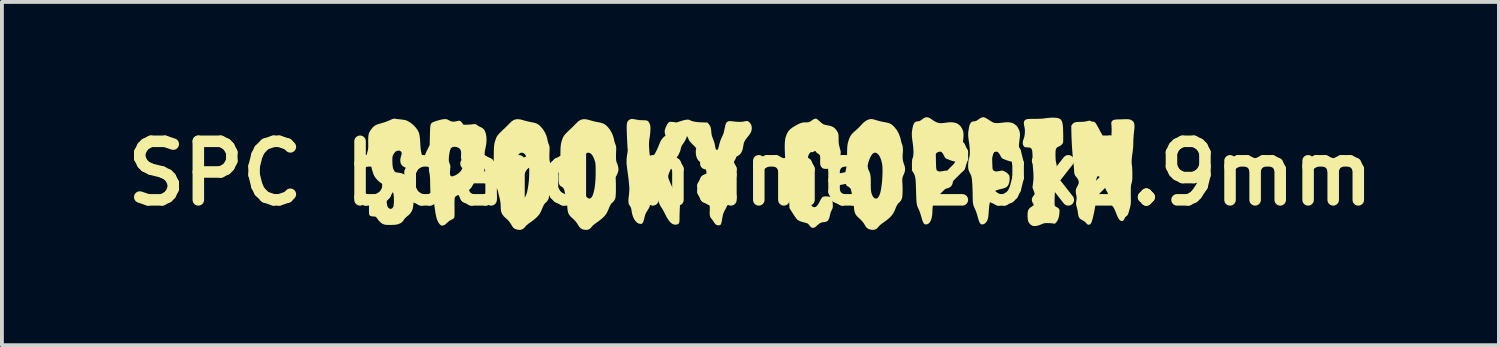
<source format=kicad_pcb>
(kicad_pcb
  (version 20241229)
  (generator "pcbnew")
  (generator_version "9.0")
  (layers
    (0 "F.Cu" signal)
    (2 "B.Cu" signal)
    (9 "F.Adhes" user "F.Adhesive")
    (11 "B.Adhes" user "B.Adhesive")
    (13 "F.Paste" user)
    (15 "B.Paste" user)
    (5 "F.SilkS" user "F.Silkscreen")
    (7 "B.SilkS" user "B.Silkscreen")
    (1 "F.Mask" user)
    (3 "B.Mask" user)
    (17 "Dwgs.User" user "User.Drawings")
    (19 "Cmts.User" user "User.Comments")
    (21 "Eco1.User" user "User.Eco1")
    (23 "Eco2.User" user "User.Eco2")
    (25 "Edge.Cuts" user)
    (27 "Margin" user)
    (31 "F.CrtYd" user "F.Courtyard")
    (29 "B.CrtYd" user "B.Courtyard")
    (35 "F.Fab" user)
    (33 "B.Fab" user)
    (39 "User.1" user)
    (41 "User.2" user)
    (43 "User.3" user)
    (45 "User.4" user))
  (footprint "SPC board name 20x2.9mm"
    (layer "F.Cu")
    (at 16.481 1.462)
    (property "Reference" "SPC board name 20x2.9mm" (at 0 0 0) (layer "F.SilkS") (effects (font (size 1.524 1.524) (thickness 0.3))))
    (attr board_only exclude_from_pos_files exclude_from_bom)
    (fp_poly (pts (xy 7.966 -1.445) (xy 8.02 -1.434) (xy 8.058 -1.416) (xy 8.061 -1.414) (xy 8.08 -1.397) (xy 8.096 -1.376) (xy 8.109 -1.35) (xy 8.119 -1.317) (xy 8.127 -1.275) (xy 8.133 -1.222) (xy 8.137 -1.155) (xy 8.139 -1.074) (xy 8.141 -1.001) (xy 8.141 -0.935) (xy 8.141 -0.885) (xy 8.14 -0.848) (xy 8.139 -0.821) (xy 8.135 -0.802) (xy 8.131 -0.789) (xy 8.128 -0.783) (xy 8.098 -0.743) (xy 8.057 -0.713) (xy 8.024 -0.698) (xy 7.992 -0.683) (xy 7.971 -0.664) (xy 7.959 -0.644) (xy 7.951 -0.627) (xy 7.946 -0.608) (xy 7.942 -0.585) (xy 7.941 -0.552) (xy 7.94 -0.506) (xy 7.94 -0.477) (xy 7.941 -0.416) (xy 7.943 -0.366) (xy 7.948 -0.322) (xy 7.957 -0.279) (xy 7.962 -0.255) (xy 7.981 -0.144) (xy 7.982 -0.04) (xy 7.967 0.051) (xy 7.959 0.088) (xy 7.952 0.128) (xy 7.946 0.174) (xy 7.94 0.229) (xy 7.935 0.294) (xy 7.93 0.373) (xy 7.926 0.45) (xy 7.921 0.551) (xy 7.918 0.635) (xy 7.916 0.703) (xy 7.916 0.757) (xy 7.917 0.797) (xy 7.919 0.825) (xy 7.923 0.843) (xy 7.926 0.849) (xy 7.941 0.861) (xy 7.967 0.877) (xy 7.984 0.886) (xy 8.013 0.904) (xy 8.032 0.924) (xy 8.042 0.95) (xy 8.045 0.987) (xy 8.042 1.034) (xy 8.032 1.113) (xy 8.013 1.183) (xy 7.986 1.239) (xy 7.961 1.273) (xy 7.926 1.31) (xy 7.859 1.302) (xy 7.814 1.297) (xy 7.762 1.295) (xy 7.717 1.294) (xy 7.679 1.295) (xy 7.648 1.299) (xy 7.617 1.308) (xy 7.581 1.323) (xy 7.564 1.33) (xy 7.501 1.354) (xy 7.44 1.368) (xy 7.386 1.372) (xy 7.342 1.364) (xy 7.328 1.358) (xy 7.285 1.329) (xy 7.253 1.294) (xy 7.231 1.249) (xy 7.218 1.193) (xy 7.213 1.123) (xy 7.213 1.099) (xy 7.215 1.036) (xy 7.221 0.987) (xy 7.235 0.948) (xy 7.256 0.917) (xy 7.288 0.888) (xy 7.32 0.866) (xy 7.367 0.836) (xy 7.387 0.705) (xy 7.396 0.648) (xy 7.401 0.604) (xy 7.402 0.569) (xy 7.399 0.538) (xy 7.391 0.506) (xy 7.378 0.467) (xy 7.368 0.441) (xy 7.341 0.368) (xy 7.356 0.247) (xy 7.363 0.185) (xy 7.367 0.126) (xy 7.367 0.064) (xy 7.365 -0.005) (xy 7.359 -0.085) (xy 7.352 -0.162) (xy 7.349 -0.201) (xy 7.346 -0.253) (xy 7.344 -0.312) (xy 7.343 -0.374) (xy 7.343 -0.403) (xy 7.342 -0.474) (xy 7.339 -0.53) (xy 7.335 -0.572) (xy 7.329 -0.604) (xy 7.32 -0.628) (xy 7.308 -0.648) (xy 7.305 -0.65) (xy 7.294 -0.661) (xy 7.279 -0.668) (xy 7.255 -0.673) (xy 7.218 -0.675) (xy 7.214 -0.675) (xy 7.175 -0.678) (xy 7.149 -0.682) (xy 7.132 -0.689) (xy 7.119 -0.7) (xy 7.095 -0.739) (xy 7.087 -0.787) (xy 7.094 -0.846) (xy 7.115 -0.908) (xy 7.131 -0.964) (xy 7.141 -1.03) (xy 7.144 -1.1) (xy 7.14 -1.165) (xy 7.133 -1.199) (xy 7.12 -1.264) (xy 7.116 -1.314) (xy 7.123 -1.352) (xy 7.139 -1.38) (xy 7.167 -1.399) (xy 7.169 -1.4) (xy 7.185 -1.407) (xy 7.203 -1.411) (xy 7.226 -1.414) (xy 7.258 -1.416) (xy 7.301 -1.418) (xy 7.358 -1.418) (xy 7.388 -1.418) (xy 7.449 -1.419) (xy 7.507 -1.42) (xy 7.558 -1.422) (xy 7.599 -1.425) (xy 7.625 -1.427) (xy 7.726 -1.441) (xy 7.818 -1.449) (xy 7.898 -1.45)) (stroke (width 0) (type solid)) (fill yes) (layer "F.SilkS"))
    (fp_poly (pts (xy 4.632 -1.454) (xy 4.676 -1.433) (xy 4.729 -1.398) (xy 4.733 -1.395) (xy 4.788 -1.358) (xy 4.838 -1.332) (xy 4.886 -1.316) (xy 4.937 -1.308) (xy 4.996 -1.308) (xy 5.065 -1.316) (xy 5.106 -1.322) (xy 5.202 -1.331) (xy 5.286 -1.326) (xy 5.359 -1.307) (xy 5.42 -1.273) (xy 5.471 -1.224) (xy 5.506 -1.169) (xy 5.523 -1.132) (xy 5.535 -1.096) (xy 5.543 -1.06) (xy 5.546 -1.018) (xy 5.545 -0.967) (xy 5.541 -0.905) (xy 5.534 -0.84) (xy 5.527 -0.782) (xy 5.52 -0.727) (xy 5.514 -0.678) (xy 5.509 -0.64) (xy 5.506 -0.621) (xy 5.5 -0.589) (xy 5.493 -0.545) (xy 5.487 -0.498) (xy 5.484 -0.477) (xy 5.476 -0.428) (xy 5.467 -0.388) (xy 5.457 -0.362) (xy 5.455 -0.358) (xy 5.425 -0.327) (xy 5.385 -0.31) (xy 5.334 -0.307) (xy 5.272 -0.318) (xy 5.207 -0.34) (xy 5.167 -0.355) (xy 5.131 -0.369) (xy 5.105 -0.379) (xy 5.096 -0.383) (xy 5.077 -0.394) (xy 5.06 -0.417) (xy 5.044 -0.449) (xy 5.026 -0.484) (xy 5.006 -0.517) (xy 4.992 -0.536) (xy 4.974 -0.555) (xy 4.959 -0.563) (xy 4.937 -0.565) (xy 4.92 -0.563) (xy 4.882 -0.555) (xy 4.855 -0.539) (xy 4.85 -0.534) (xy 4.825 -0.509) (xy 4.828 -0.313) (xy 4.83 -0.24) (xy 4.832 -0.183) (xy 4.835 -0.14) (xy 4.84 -0.109) (xy 4.847 -0.087) (xy 4.858 -0.073) (xy 4.872 -0.063) (xy 4.89 -0.056) (xy 4.894 -0.055) (xy 4.916 -0.05) (xy 4.94 -0.049) (xy 4.972 -0.053) (xy 5.014 -0.06) (xy 5.054 -0.068) (xy 5.08 -0.071) (xy 5.099 -0.071) (xy 5.114 -0.067) (xy 5.132 -0.059) (xy 5.138 -0.056) (xy 5.197 -0.021) (xy 5.239 0.016) (xy 5.266 0.056) (xy 5.279 0.104) (xy 5.279 0.161) (xy 5.274 0.203) (xy 5.262 0.26) (xy 5.245 0.305) (xy 5.219 0.339) (xy 5.184 0.366) (xy 5.136 0.386) (xy 5.072 0.403) (xy 5.052 0.408) (xy 4.988 0.422) (xy 4.939 0.437) (xy 4.902 0.453) (xy 4.874 0.471) (xy 4.855 0.49) (xy 4.835 0.522) (xy 4.819 0.56) (xy 4.811 0.596) (xy 4.811 0.601) (xy 4.808 0.615) (xy 4.801 0.642) (xy 4.791 0.675) (xy 4.789 0.68) (xy 4.761 0.777) (xy 4.744 0.867) (xy 4.737 0.956) (xy 4.737 0.983) (xy 4.732 1.072) (xy 4.72 1.149) (xy 4.701 1.214) (xy 4.674 1.266) (xy 4.642 1.303) (xy 4.604 1.324) (xy 4.562 1.329) (xy 4.542 1.326) (xy 4.524 1.316) (xy 4.507 1.295) (xy 4.489 1.261) (xy 4.471 1.212) (xy 4.452 1.147) (xy 4.446 1.124) (xy 4.43 1.072) (xy 4.413 1.019) (xy 4.396 0.973) (xy 4.381 0.939) (xy 4.381 0.938) (xy 4.366 0.907) (xy 4.353 0.878) (xy 4.343 0.851) (xy 4.335 0.821) (xy 4.328 0.788) (xy 4.324 0.748) (xy 4.32 0.699) (xy 4.317 0.639) (xy 4.314 0.566) (xy 4.311 0.477) (xy 4.311 0.463) (xy 4.308 0.366) (xy 4.305 0.286) (xy 4.302 0.22) (xy 4.297 0.166) (xy 4.292 0.123) (xy 4.285 0.086) (xy 4.277 0.056) (xy 4.266 0.029) (xy 4.253 0.003) (xy 4.239 -0.021) (xy 4.204 -0.077) (xy 4.204 -0.217) (xy 4.204 -0.274) (xy 4.206 -0.316) (xy 4.208 -0.347) (xy 4.212 -0.369) (xy 4.219 -0.388) (xy 4.221 -0.394) (xy 4.235 -0.438) (xy 4.242 -0.497) (xy 4.244 -0.571) (xy 4.239 -0.658) (xy 4.229 -0.756) (xy 4.223 -0.797) (xy 4.212 -0.874) (xy 4.205 -0.936) (xy 4.201 -0.989) (xy 4.201 -1.035) (xy 4.203 -1.078) (xy 4.209 -1.124) (xy 4.214 -1.154) (xy 4.228 -1.222) (xy 4.245 -1.274) (xy 4.265 -1.311) (xy 4.292 -1.336) (xy 4.324 -1.35) (xy 4.357 -1.355) (xy 4.386 -1.359) (xy 4.41 -1.366) (xy 4.435 -1.381) (xy 4.467 -1.404) (xy 4.47 -1.406) (xy 4.515 -1.438) (xy 4.555 -1.456) (xy 4.593 -1.461)) (stroke (width 0) (type solid)) (fill yes) (layer "F.SilkS"))
    (fp_poly (pts (xy 6.079 -1.46) (xy 6.101 -1.452) (xy 6.132 -1.437) (xy 6.169 -1.415) (xy 6.195 -1.398) (xy 6.234 -1.373) (xy 6.271 -1.35) (xy 6.302 -1.332) (xy 6.316 -1.325) (xy 6.355 -1.313) (xy 6.404 -1.308) (xy 6.466 -1.31) (xy 6.544 -1.318) (xy 6.576 -1.322) (xy 6.667 -1.331) (xy 6.745 -1.328) (xy 6.812 -1.313) (xy 6.87 -1.285) (xy 6.919 -1.245) (xy 6.964 -1.187) (xy 6.997 -1.115) (xy 7.009 -1.069) (xy 7.014 -1.042) (xy 7.016 -1.015) (xy 7.015 -0.983) (xy 7.012 -0.943) (xy 7.005 -0.889) (xy 7.005 -0.888) (xy 6.999 -0.835) (xy 6.992 -0.78) (xy 6.987 -0.732) (xy 6.984 -0.695) (xy 6.98 -0.657) (xy 6.975 -0.623) (xy 6.97 -0.599) (xy 6.97 -0.598) (xy 6.965 -0.577) (xy 6.96 -0.543) (xy 6.954 -0.502) (xy 6.952 -0.483) (xy 6.944 -0.427) (xy 6.934 -0.387) (xy 6.92 -0.357) (xy 6.902 -0.336) (xy 6.885 -0.324) (xy 6.849 -0.31) (xy 6.805 -0.306) (xy 6.752 -0.315) (xy 6.687 -0.335) (xy 6.675 -0.339) (xy 6.624 -0.358) (xy 6.588 -0.373) (xy 6.563 -0.385) (xy 6.546 -0.396) (xy 6.535 -0.409) (xy 6.525 -0.423) (xy 6.521 -0.433) (xy 6.491 -0.487) (xy 6.464 -0.528) (xy 6.441 -0.553) (xy 6.426 -0.562) (xy 6.394 -0.565) (xy 6.358 -0.559) (xy 6.328 -0.547) (xy 6.321 -0.541) (xy 6.31 -0.529) (xy 6.302 -0.512) (xy 6.296 -0.489) (xy 6.293 -0.458) (xy 6.292 -0.415) (xy 6.292 -0.358) (xy 6.294 -0.286) (xy 6.296 -0.223) (xy 6.298 -0.176) (xy 6.3 -0.142) (xy 6.303 -0.119) (xy 6.306 -0.103) (xy 6.312 -0.092) (xy 6.318 -0.083) (xy 6.321 -0.08) (xy 6.345 -0.062) (xy 6.377 -0.052) (xy 6.419 -0.051) (xy 6.474 -0.059) (xy 6.484 -0.061) (xy 6.522 -0.068) (xy 6.548 -0.072) (xy 6.566 -0.071) (xy 6.582 -0.066) (xy 6.602 -0.057) (xy 6.659 -0.024) (xy 6.702 0.009) (xy 6.73 0.043) (xy 6.739 0.062) (xy 6.747 0.117) (xy 6.745 0.178) (xy 6.734 0.24) (xy 6.715 0.295) (xy 6.707 0.311) (xy 6.686 0.339) (xy 6.658 0.361) (xy 6.62 0.38) (xy 6.569 0.396) (xy 6.517 0.408) (xy 6.442 0.427) (xy 6.384 0.449) (xy 6.341 0.475) (xy 6.31 0.509) (xy 6.29 0.549) (xy 6.28 0.592) (xy 6.273 0.627) (xy 6.262 0.666) (xy 6.257 0.681) (xy 6.235 0.748) (xy 6.22 0.817) (xy 6.209 0.894) (xy 6.203 0.983) (xy 6.202 0.997) (xy 6.197 1.075) (xy 6.189 1.138) (xy 6.178 1.188) (xy 6.163 1.229) (xy 6.142 1.263) (xy 6.128 1.281) (xy 6.096 1.309) (xy 6.06 1.325) (xy 6.027 1.33) (xy 6.016 1.328) (xy 5.998 1.319) (xy 5.982 1.306) (xy 5.967 1.284) (xy 5.952 1.252) (xy 5.937 1.209) (xy 5.92 1.15) (xy 5.909 1.11) (xy 5.894 1.058) (xy 5.875 1.003) (xy 5.857 0.954) (xy 5.842 0.92) (xy 5.822 0.88) (xy 5.808 0.842) (xy 5.798 0.803) (xy 5.791 0.761) (xy 5.787 0.709) (xy 5.785 0.646) (xy 5.784 0.591) (xy 5.784 0.506) (xy 5.781 0.422) (xy 5.778 0.34) (xy 5.774 0.264) (xy 5.768 0.196) (xy 5.762 0.14) (xy 5.756 0.098) (xy 5.752 0.084) (xy 5.739 0.046) (xy 5.72 0.006) (xy 5.71 -0.012) (xy 5.692 -0.049) (xy 5.676 -0.091) (xy 5.672 -0.111) (xy 5.666 -0.16) (xy 5.666 -0.22) (xy 5.67 -0.284) (xy 5.677 -0.344) (xy 5.689 -0.394) (xy 5.692 -0.403) (xy 5.705 -0.453) (xy 5.711 -0.514) (xy 5.711 -0.589) (xy 5.705 -0.678) (xy 5.693 -0.782) (xy 5.687 -0.82) (xy 5.677 -0.891) (xy 5.67 -0.949) (xy 5.667 -0.998) (xy 5.668 -1.043) (xy 5.672 -1.09) (xy 5.68 -1.142) (xy 5.688 -1.189) (xy 5.698 -1.236) (xy 5.709 -1.27) (xy 5.724 -1.297) (xy 5.733 -1.31) (xy 5.751 -1.332) (xy 5.767 -1.344) (xy 5.788 -1.35) (xy 5.819 -1.354) (xy 5.855 -1.359) (xy 5.883 -1.369) (xy 5.911 -1.387) (xy 5.926 -1.398) (xy 5.978 -1.434) (xy 6.023 -1.455) (xy 6.062 -1.462)) (stroke (width 0) (type solid)) (fill yes) (layer "F.SilkS"))
    (fp_poly (pts (xy 3.156 -1.413) (xy 3.191 -1.408) (xy 3.235 -1.397) (xy 3.292 -1.379) (xy 3.3 -1.377) (xy 3.339 -1.366) (xy 3.388 -1.353) (xy 3.442 -1.342) (xy 3.481 -1.334) (xy 3.546 -1.322) (xy 3.597 -1.309) (xy 3.638 -1.294) (xy 3.672 -1.274) (xy 3.705 -1.248) (xy 3.739 -1.215) (xy 3.744 -1.21) (xy 3.811 -1.126) (xy 3.863 -1.031) (xy 3.901 -0.927) (xy 3.913 -0.877) (xy 3.922 -0.835) (xy 3.932 -0.797) (xy 3.941 -0.769) (xy 3.945 -0.76) (xy 3.96 -0.715) (xy 3.968 -0.654) (xy 3.969 -0.579) (xy 3.965 -0.531) (xy 3.961 -0.456) (xy 3.961 -0.394) (xy 3.968 -0.34) (xy 3.98 -0.289) (xy 3.995 -0.247) (xy 4.018 -0.176) (xy 4.026 -0.112) (xy 4.019 -0.05) (xy 3.997 0.013) (xy 3.992 0.024) (xy 3.975 0.061) (xy 3.963 0.092) (xy 3.956 0.122) (xy 3.952 0.155) (xy 3.952 0.195) (xy 3.954 0.247) (xy 3.956 0.273) (xy 3.959 0.335) (xy 3.96 0.405) (xy 3.96 0.473) (xy 3.958 0.515) (xy 3.956 0.567) (xy 3.953 0.605) (xy 3.948 0.633) (xy 3.941 0.656) (xy 3.932 0.679) (xy 3.928 0.686) (xy 3.906 0.722) (xy 3.882 0.75) (xy 3.872 0.758) (xy 3.848 0.78) (xy 3.824 0.812) (xy 3.8 0.857) (xy 3.774 0.918) (xy 3.764 0.943) (xy 3.736 1.007) (xy 3.701 1.064) (xy 3.658 1.118) (xy 3.605 1.171) (xy 3.538 1.225) (xy 3.463 1.278) (xy 3.401 1.323) (xy 3.356 1.363) (xy 3.332 1.392) (xy 3.292 1.435) (xy 3.248 1.461) (xy 3.197 1.472) (xy 3.137 1.467) (xy 3.112 1.461) (xy 3.067 1.444) (xy 3.032 1.421) (xy 3.002 1.385) (xy 2.988 1.362) (xy 2.949 1.299) (xy 2.909 1.247) (xy 2.865 1.201) (xy 2.83 1.169) (xy 2.785 1.127) (xy 2.751 1.087) (xy 2.726 1.045) (xy 2.709 0.997) (xy 2.699 0.939) (xy 2.693 0.869) (xy 2.692 0.839) (xy 2.687 0.751) (xy 2.675 0.677) (xy 2.669 0.654) (xy 2.662 0.624) (xy 2.653 0.586) (xy 2.643 0.544) (xy 2.633 0.501) (xy 2.624 0.462) (xy 2.618 0.431) (xy 2.615 0.413) (xy 2.614 0.411) (xy 2.607 0.399) (xy 2.591 0.381) (xy 2.57 0.362) (xy 2.551 0.348) (xy 2.54 0.343) (xy 2.523 0.336) (xy 2.504 0.32) (xy 2.504 0.319) (xy 2.482 0.279) (xy 2.468 0.224) (xy 2.461 0.157) (xy 2.461 0.08) (xy 2.469 -0.006) (xy 2.484 -0.096) (xy 2.494 -0.142) (xy 2.5 -0.169) (xy 2.501 -0.178) (xy 3.05 -0.178) (xy 3.056 -0.136) (xy 3.071 -0.094) (xy 3.082 -0.073) (xy 3.099 -0.037) (xy 3.112 -0.001) (xy 3.121 0.039) (xy 3.127 0.086) (xy 3.131 0.143) (xy 3.132 0.214) (xy 3.132 0.26) (xy 3.132 0.329) (xy 3.134 0.392) (xy 3.137 0.443) (xy 3.142 0.48) (xy 3.142 0.482) (xy 3.159 0.543) (xy 3.181 0.592) (xy 3.209 0.628) (xy 3.239 0.651) (xy 3.272 0.657) (xy 3.3 0.649) (xy 3.32 0.631) (xy 3.34 0.6) (xy 3.36 0.56) (xy 3.377 0.515) (xy 3.378 0.509) (xy 3.393 0.447) (xy 3.406 0.37) (xy 3.418 0.285) (xy 3.427 0.193) (xy 3.433 0.099) (xy 3.437 0.006) (xy 3.438 -0.081) (xy 3.436 -0.159) (xy 3.43 -0.224) (xy 3.427 -0.246) (xy 3.408 -0.328) (xy 3.383 -0.4) (xy 3.354 -0.458) (xy 3.329 -0.491) (xy 3.292 -0.525) (xy 3.255 -0.539) (xy 3.219 -0.536) (xy 3.184 -0.514) (xy 3.151 -0.474) (xy 3.119 -0.417) (xy 3.088 -0.341) (xy 3.069 -0.282) (xy 3.055 -0.225) (xy 3.05 -0.178) (xy 2.501 -0.178) (xy 2.504 -0.197) (xy 2.508 -0.229) (xy 2.511 -0.267) (xy 2.512 -0.314) (xy 2.514 -0.374) (xy 2.515 -0.448) (xy 2.515 -0.47) (xy 2.516 -0.546) (xy 2.517 -0.607) (xy 2.519 -0.655) (xy 2.521 -0.693) (xy 2.524 -0.724) (xy 2.528 -0.751) (xy 2.533 -0.777) (xy 2.539 -0.802) (xy 2.559 -0.87) (xy 2.579 -0.925) (xy 2.603 -0.972) (xy 2.633 -1.015) (xy 2.673 -1.058) (xy 2.725 -1.106) (xy 2.746 -1.124) (xy 2.787 -1.16) (xy 2.828 -1.2) (xy 2.865 -1.238) (xy 2.888 -1.264) (xy 2.939 -1.317) (xy 2.995 -1.361) (xy 3.051 -1.393) (xy 3.097 -1.408) (xy 3.126 -1.413)) (stroke (width 0) (type solid)) (fill yes) (layer "F.SilkS"))
    (fp_poly (pts (xy -4.247 -1.402) (xy -4.177 -1.383) (xy -4.127 -1.368) (xy -4.068 -1.353) (xy -4.009 -1.34) (xy -3.978 -1.334) (xy -3.93 -1.325) (xy -3.884 -1.314) (xy -3.845 -1.302) (xy -3.824 -1.294) (xy -3.768 -1.259) (xy -3.714 -1.208) (xy -3.663 -1.145) (xy -3.619 -1.073) (xy -3.583 -0.995) (xy -3.557 -0.914) (xy -3.546 -0.857) (xy -3.538 -0.823) (xy -3.525 -0.782) (xy -3.515 -0.756) (xy -3.505 -0.73) (xy -3.498 -0.707) (xy -3.495 -0.683) (xy -3.494 -0.651) (xy -3.494 -0.608) (xy -3.495 -0.593) (xy -3.498 -0.512) (xy -3.499 -0.448) (xy -3.498 -0.397) (xy -3.497 -0.358) (xy -3.493 -0.328) (xy -3.488 -0.305) (xy -3.481 -0.286) (xy -3.479 -0.283) (xy -3.458 -0.228) (xy -3.441 -0.161) (xy -3.435 -0.13) (xy -3.435 -0.093) (xy -3.443 -0.047) (xy -3.459 0.002) (xy -3.479 0.046) (xy -3.482 0.053) (xy -3.507 0.094) (xy -3.502 0.258) (xy -3.501 0.322) (xy -3.501 0.39) (xy -3.501 0.455) (xy -3.503 0.511) (xy -3.504 0.534) (xy -3.507 0.584) (xy -3.511 0.62) (xy -3.517 0.647) (xy -3.525 0.67) (xy -3.535 0.691) (xy -3.554 0.721) (xy -3.575 0.745) (xy -3.586 0.755) (xy -3.609 0.774) (xy -3.63 0.799) (xy -3.651 0.835) (xy -3.673 0.884) (xy -3.688 0.92) (xy -3.707 0.964) (xy -3.727 1.007) (xy -3.746 1.043) (xy -3.754 1.056) (xy -3.792 1.105) (xy -3.845 1.159) (xy -3.912 1.215) (xy -3.988 1.271) (xy -3.999 1.279) (xy -4.055 1.318) (xy -4.096 1.353) (xy -4.126 1.386) (xy -4.129 1.39) (xy -4.169 1.434) (xy -4.213 1.461) (xy -4.265 1.472) (xy -4.325 1.467) (xy -4.351 1.461) (xy -4.386 1.449) (xy -4.415 1.432) (xy -4.441 1.408) (xy -4.467 1.373) (xy -4.491 1.334) (xy -4.523 1.285) (xy -4.559 1.239) (xy -4.587 1.21) (xy -4.635 1.166) (xy -4.671 1.132) (xy -4.697 1.105) (xy -4.715 1.081) (xy -4.728 1.06) (xy -4.738 1.038) (xy -4.746 1.015) (xy -4.76 0.948) (xy -4.765 0.885) (xy -4.768 0.809) (xy -4.777 0.729) (xy -4.791 0.655) (xy -4.801 0.616) (xy -4.812 0.576) (xy -4.823 0.53) (xy -4.83 0.496) (xy -4.842 0.442) (xy -4.857 0.402) (xy -4.879 0.372) (xy -4.909 0.349) (xy -4.933 0.335) (xy -4.956 0.319) (xy -4.972 0.294) (xy -4.98 0.273) (xy -4.988 0.238) (xy -4.993 0.189) (xy -4.995 0.129) (xy -4.994 0.065) (xy -4.99 -0.000263) (xy -4.984 -0.062) (xy -4.975 -0.117) (xy -4.968 -0.144) (xy -4.962 -0.168) (xy -4.959 -0.184) (xy -4.411 -0.184) (xy -4.408 -0.139) (xy -4.395 -0.099) (xy -4.383 -0.079) (xy -4.368 -0.054) (xy -4.357 -0.03) (xy -4.348 -0.006) (xy -4.342 0.022) (xy -4.338 0.058) (xy -4.335 0.104) (xy -4.333 0.162) (xy -4.332 0.222) (xy -4.33 0.317) (xy -4.326 0.395) (xy -4.32 0.459) (xy -4.312 0.511) (xy -4.301 0.552) (xy -4.286 0.584) (xy -4.268 0.611) (xy -4.249 0.63) (xy -4.216 0.652) (xy -4.186 0.657) (xy -4.156 0.644) (xy -4.155 0.644) (xy -4.128 0.615) (xy -4.104 0.569) (xy -4.083 0.508) (xy -4.065 0.432) (xy -4.05 0.342) (xy -4.039 0.241) (xy -4.031 0.128) (xy -4.028 0.006) (xy -4.028 -0.028) (xy -4.028 -0.099) (xy -4.029 -0.154) (xy -4.03 -0.197) (xy -4.032 -0.23) (xy -4.035 -0.258) (xy -4.039 -0.282) (xy -4.045 -0.305) (xy -4.049 -0.318) (xy -4.076 -0.398) (xy -4.108 -0.46) (xy -4.143 -0.505) (xy -4.181 -0.531) (xy -4.223 -0.539) (xy -4.236 -0.538) (xy -4.267 -0.524) (xy -4.298 -0.492) (xy -4.329 -0.442) (xy -4.359 -0.375) (xy -4.385 -0.302) (xy -4.403 -0.237) (xy -4.411 -0.184) (xy -4.959 -0.184) (xy -4.957 -0.191) (xy -4.953 -0.217) (xy -4.951 -0.247) (xy -4.949 -0.284) (xy -4.948 -0.333) (xy -4.947 -0.394) (xy -4.946 -0.464) (xy -4.945 -0.549) (xy -4.944 -0.619) (xy -4.941 -0.676) (xy -4.937 -0.724) (xy -4.931 -0.767) (xy -4.922 -0.806) (xy -4.911 -0.845) (xy -4.897 -0.887) (xy -4.889 -0.909) (xy -4.878 -0.934) (xy -4.866 -0.958) (xy -4.85 -0.982) (xy -4.829 -1.009) (xy -4.801 -1.04) (xy -4.765 -1.077) (xy -4.717 -1.123) (xy -4.658 -1.178) (xy -4.654 -1.183) (xy -4.616 -1.219) (xy -4.576 -1.26) (xy -4.54 -1.297) (xy -4.538 -1.299) (xy -4.484 -1.351) (xy -4.431 -1.386) (xy -4.376 -1.406) (xy -4.315 -1.411)) (stroke (width 0) (type solid)) (fill yes) (layer "F.SilkS"))
    (fp_poly (pts (xy -5.98 -1.402) (xy -5.911 -1.383) (xy -5.86 -1.368) (xy -5.801 -1.353) (xy -5.742 -1.34) (xy -5.713 -1.334) (xy -5.646 -1.322) (xy -5.593 -1.307) (xy -5.551 -1.29) (xy -5.514 -1.267) (xy -5.479 -1.238) (xy -5.471 -1.23) (xy -5.403 -1.153) (xy -5.348 -1.064) (xy -5.306 -0.969) (xy -5.281 -0.87) (xy -5.279 -0.857) (xy -5.271 -0.823) (xy -5.259 -0.782) (xy -5.249 -0.756) (xy -5.238 -0.729) (xy -5.232 -0.705) (xy -5.228 -0.679) (xy -5.227 -0.646) (xy -5.228 -0.6) (xy -5.229 -0.598) (xy -5.231 -0.52) (xy -5.232 -0.459) (xy -5.232 -0.41) (xy -5.231 -0.373) (xy -5.228 -0.342) (xy -5.224 -0.317) (xy -5.218 -0.295) (xy -5.209 -0.272) (xy -5.207 -0.266) (xy -5.181 -0.191) (xy -5.17 -0.124) (xy -5.174 -0.061) (xy -5.192 0.002) (xy -5.21 0.04) (xy -5.222 0.064) (xy -5.23 0.083) (xy -5.235 0.104) (xy -5.237 0.13) (xy -5.238 0.166) (xy -5.238 0.214) (xy -5.238 0.261) (xy -5.237 0.303) (xy -5.235 0.335) (xy -5.233 0.354) (xy -5.233 0.355) (xy -5.232 0.371) (xy -5.232 0.402) (xy -5.233 0.444) (xy -5.235 0.492) (xy -5.236 0.511) (xy -5.239 0.565) (xy -5.243 0.605) (xy -5.247 0.634) (xy -5.253 0.657) (xy -5.261 0.677) (xy -5.269 0.691) (xy -5.288 0.721) (xy -5.309 0.745) (xy -5.32 0.755) (xy -5.343 0.774) (xy -5.363 0.799) (xy -5.384 0.835) (xy -5.407 0.884) (xy -5.422 0.92) (xy -5.44 0.964) (xy -5.461 1.007) (xy -5.479 1.043) (xy -5.487 1.056) (xy -5.526 1.105) (xy -5.579 1.159) (xy -5.645 1.215) (xy -5.722 1.271) (xy -5.733 1.279) (xy -5.788 1.318) (xy -5.83 1.353) (xy -5.859 1.386) (xy -5.862 1.39) (xy -5.902 1.434) (xy -5.948 1.461) (xy -6 1.472) (xy -6.06 1.466) (xy -6.083 1.461) (xy -6.131 1.444) (xy -6.167 1.419) (xy -6.196 1.383) (xy -6.2 1.375) (xy -6.236 1.316) (xy -6.268 1.269) (xy -6.299 1.231) (xy -6.332 1.197) (xy -6.365 1.168) (xy -6.421 1.115) (xy -6.461 1.06) (xy -6.486 1.002) (xy -6.498 0.934) (xy -6.499 0.871) (xy -6.501 0.81) (xy -6.509 0.739) (xy -6.523 0.666) (xy -6.535 0.616) (xy -6.547 0.573) (xy -6.559 0.522) (xy -6.568 0.479) (xy -6.583 0.425) (xy -6.604 0.385) (xy -6.633 0.355) (xy -6.665 0.336) (xy -6.688 0.32) (xy -6.705 0.295) (xy -6.715 0.273) (xy -6.723 0.238) (xy -6.728 0.188) (xy -6.73 0.128) (xy -6.728 0.063) (xy -6.724 -0.004) (xy -6.717 -0.069) (xy -6.707 -0.126) (xy -6.702 -0.144) (xy -6.698 -0.162) (xy -6.144 -0.162) (xy -6.134 -0.116) (xy -6.117 -0.079) (xy -6.102 -0.054) (xy -6.091 -0.032) (xy -6.082 -0.008) (xy -6.076 0.02) (xy -6.072 0.055) (xy -6.069 0.1) (xy -6.067 0.158) (xy -6.066 0.231) (xy -6.066 0.231) (xy -6.063 0.325) (xy -6.059 0.402) (xy -6.053 0.464) (xy -6.045 0.515) (xy -6.034 0.555) (xy -6.019 0.587) (xy -6 0.613) (xy -5.979 0.634) (xy -5.946 0.654) (xy -5.916 0.656) (xy -5.887 0.639) (xy -5.877 0.63) (xy -5.851 0.592) (xy -5.828 0.537) (xy -5.808 0.463) (xy -5.79 0.373) (xy -5.775 0.266) (xy -5.766 0.188) (xy -5.762 0.129) (xy -5.759 0.062) (xy -5.757 -0.008) (xy -5.757 -0.077) (xy -5.759 -0.141) (xy -5.761 -0.195) (xy -5.766 -0.235) (xy -5.766 -0.236) (xy -5.782 -0.313) (xy -5.805 -0.383) (xy -5.834 -0.444) (xy -5.866 -0.492) (xy -5.896 -0.521) (xy -5.933 -0.537) (xy -5.971 -0.536) (xy -6.005 -0.521) (xy -6.029 -0.496) (xy -6.054 -0.457) (xy -6.08 -0.407) (xy -6.103 -0.352) (xy -6.122 -0.295) (xy -6.136 -0.24) (xy -6.144 -0.191) (xy -6.144 -0.162) (xy -6.698 -0.162) (xy -6.696 -0.171) (xy -6.691 -0.197) (xy -6.687 -0.225) (xy -6.684 -0.257) (xy -6.682 -0.297) (xy -6.681 -0.347) (xy -6.68 -0.411) (xy -6.68 -0.468) (xy -6.679 -0.553) (xy -6.677 -0.622) (xy -6.674 -0.68) (xy -6.67 -0.728) (xy -6.664 -0.77) (xy -6.655 -0.809) (xy -6.643 -0.849) (xy -6.628 -0.893) (xy -6.622 -0.909) (xy -6.612 -0.934) (xy -6.6 -0.958) (xy -6.584 -0.982) (xy -6.563 -1.009) (xy -6.535 -1.04) (xy -6.498 -1.077) (xy -6.451 -1.123) (xy -6.392 -1.178) (xy -6.387 -1.183) (xy -6.35 -1.219) (xy -6.309 -1.26) (xy -6.273 -1.297) (xy -6.271 -1.299) (xy -6.218 -1.351) (xy -6.164 -1.386) (xy -6.109 -1.406) (xy -6.049 -1.411)) (stroke (width 0) (type solid)) (fill yes) (layer "F.SilkS"))
    (fp_poly (pts (xy -7.926 -1.412) (xy -7.9 -1.407) (xy -7.874 -1.396) (xy -7.851 -1.383) (xy -7.793 -1.355) (xy -7.734 -1.345) (xy -7.669 -1.352) (xy -7.647 -1.357) (xy -7.601 -1.368) (xy -7.567 -1.367) (xy -7.54 -1.355) (xy -7.515 -1.329) (xy -7.507 -1.318) (xy -7.489 -1.293) (xy -7.474 -1.274) (xy -7.468 -1.268) (xy -7.455 -1.266) (xy -7.427 -1.265) (xy -7.39 -1.266) (xy -7.347 -1.268) (xy -7.303 -1.27) (xy -7.262 -1.274) (xy -7.229 -1.278) (xy -7.219 -1.28) (xy -7.173 -1.283) (xy -7.133 -1.271) (xy -7.101 -1.247) (xy -7.077 -1.229) (xy -7.046 -1.214) (xy -7.036 -1.21) (xy -6.981 -1.183) (xy -6.938 -1.146) (xy -6.916 -1.114) (xy -6.889 -1.043) (xy -6.873 -0.961) (xy -6.868 -0.87) (xy -6.874 -0.773) (xy -6.892 -0.674) (xy -6.894 -0.663) (xy -6.901 -0.633) (xy -6.907 -0.607) (xy -6.911 -0.581) (xy -6.915 -0.553) (xy -6.917 -0.52) (xy -6.919 -0.479) (xy -6.92 -0.429) (xy -6.921 -0.365) (xy -6.922 -0.286) (xy -6.922 -0.275) (xy -6.923 -0.194) (xy -6.924 -0.129) (xy -6.925 -0.079) (xy -6.927 -0.04) (xy -6.929 -0.011) (xy -6.931 0.01) (xy -6.935 0.025) (xy -6.939 0.038) (xy -6.943 0.046) (xy -6.977 0.095) (xy -7.026 0.137) (xy -7.08 0.168) (xy -7.132 0.196) (xy -7.171 0.225) (xy -7.199 0.258) (xy -7.218 0.291) (xy -7.247 0.343) (xy -7.277 0.386) (xy -7.31 0.421) (xy -7.351 0.451) (xy -7.401 0.479) (xy -7.465 0.507) (xy -7.509 0.524) (xy -7.569 0.547) (xy -7.614 0.566) (xy -7.647 0.583) (xy -7.669 0.597) (xy -7.683 0.612) (xy -7.692 0.629) (xy -7.694 0.634) (xy -7.698 0.656) (xy -7.7 0.695) (xy -7.702 0.752) (xy -7.702 0.826) (xy -7.701 0.902) (xy -7.701 0.974) (xy -7.7 1.031) (xy -7.701 1.073) (xy -7.702 1.104) (xy -7.703 1.126) (xy -7.706 1.141) (xy -7.71 1.152) (xy -7.716 1.161) (xy -7.718 1.165) (xy -7.74 1.185) (xy -7.77 1.202) (xy -7.782 1.207) (xy -7.822 1.228) (xy -7.87 1.265) (xy -7.888 1.282) (xy -7.934 1.323) (xy -7.972 1.347) (xy -7.987 1.352) (xy -8.012 1.359) (xy -8.026 1.361) (xy -8.038 1.359) (xy -8.052 1.354) (xy -8.075 1.337) (xy -8.101 1.307) (xy -8.127 1.266) (xy -8.138 1.245) (xy -8.156 1.203) (xy -8.172 1.151) (xy -8.187 1.086) (xy -8.201 1.008) (xy -8.215 0.914) (xy -8.218 0.89) (xy -8.229 0.812) (xy -8.238 0.75) (xy -8.247 0.701) (xy -8.256 0.662) (xy -8.267 0.63) (xy -8.279 0.603) (xy -8.294 0.577) (xy -8.299 0.57) (xy -8.329 0.524) (xy -8.335 0.283) (xy -8.337 0.202) (xy -8.339 0.136) (xy -8.342 0.085) (xy -8.346 0.045) (xy -8.35 0.014) (xy -8.355 -0.01) (xy -8.356 -0.014) (xy -8.364 -0.05) (xy -8.368 -0.085) (xy -8.367 -0.102) (xy -8.366 -0.115) (xy -8.367 -0.129) (xy -8.37 -0.145) (xy -8.377 -0.167) (xy -8.39 -0.198) (xy -8.407 -0.239) (xy -8.431 -0.294) (xy -8.441 -0.315) (xy -8.459 -0.359) (xy -8.462 -0.368) (xy -7.85 -0.368) (xy -7.85 -0.335) (xy -7.846 -0.309) (xy -7.839 -0.282) (xy -7.829 -0.256) (xy -7.818 -0.227) (xy -7.812 -0.204) (xy -7.809 -0.182) (xy -7.81 -0.154) (xy -7.813 -0.116) (xy -7.815 -0.095) (xy -7.82 -0.038) (xy -7.82 0.004) (xy -7.817 0.034) (xy -7.808 0.055) (xy -7.794 0.069) (xy -7.793 0.07) (xy -7.778 0.078) (xy -7.76 0.079) (xy -7.736 0.073) (xy -7.702 0.06) (xy -7.659 0.039) (xy -7.597 -0.001) (xy -7.545 -0.051) (xy -7.507 -0.109) (xy -7.486 -0.162) (xy -7.48 -0.185) (xy -7.478 -0.204) (xy -7.479 -0.224) (xy -7.484 -0.247) (xy -7.494 -0.279) (xy -7.51 -0.323) (xy -7.517 -0.343) (xy -7.527 -0.372) (xy -7.532 -0.399) (xy -7.533 -0.431) (xy -7.531 -0.475) (xy -7.531 -0.478) (xy -7.53 -0.542) (xy -7.538 -0.592) (xy -7.555 -0.629) (xy -7.583 -0.656) (xy -7.6 -0.667) (xy -7.651 -0.686) (xy -7.701 -0.692) (xy -7.746 -0.686) (xy -7.782 -0.667) (xy -7.791 -0.659) (xy -7.805 -0.635) (xy -7.818 -0.597) (xy -7.83 -0.548) (xy -7.84 -0.493) (xy -7.847 -0.435) (xy -7.848 -0.413) (xy -7.85 -0.368) (xy -8.462 -0.368) (xy -8.471 -0.395) (xy -8.475 -0.429) (xy -8.472 -0.463) (xy -8.461 -0.501) (xy -8.441 -0.547) (xy -8.413 -0.606) (xy -8.411 -0.61) (xy -8.348 -0.737) (xy -8.342 -0.983) (xy -8.34 -1.067) (xy -8.338 -1.134) (xy -8.334 -1.187) (xy -8.33 -1.228) (xy -8.324 -1.259) (xy -8.317 -1.282) (xy -8.307 -1.299) (xy -8.295 -1.312) (xy -8.287 -1.318) (xy -8.263 -1.331) (xy -8.225 -1.347) (xy -8.177 -1.363) (xy -8.125 -1.379) (xy -8.072 -1.393) (xy -8.022 -1.404) (xy -7.981 -1.411) (xy -7.962 -1.412)) (stroke (width 0) (type solid)) (fill yes) (layer "F.SilkS"))
    (fp_poly (pts (xy 1.713 -1.423) (xy 1.729 -1.414) (xy 1.754 -1.396) (xy 1.784 -1.37) (xy 1.804 -1.353) (xy 1.843 -1.317) (xy 1.876 -1.292) (xy 1.909 -1.274) (xy 1.946 -1.262) (xy 1.994 -1.252) (xy 2.021 -1.247) (xy 2.094 -1.231) (xy 2.153 -1.205) (xy 2.201 -1.169) (xy 2.242 -1.119) (xy 2.269 -1.073) (xy 2.279 -1.052) (xy 2.286 -1.033) (xy 2.29 -1.012) (xy 2.293 -0.985) (xy 2.294 -0.947) (xy 2.295 -0.895) (xy 2.295 -0.895) (xy 2.296 -0.836) (xy 2.298 -0.791) (xy 2.303 -0.753) (xy 2.31 -0.717) (xy 2.32 -0.681) (xy 2.334 -0.631) (xy 2.343 -0.594) (xy 2.348 -0.566) (xy 2.35 -0.543) (xy 2.349 -0.52) (xy 2.345 -0.492) (xy 2.342 -0.476) (xy 2.328 -0.419) (xy 2.308 -0.359) (xy 2.284 -0.301) (xy 2.258 -0.249) (xy 2.231 -0.209) (xy 2.217 -0.193) (xy 2.173 -0.162) (xy 2.115 -0.138) (xy 2.049 -0.122) (xy 1.978 -0.116) (xy 1.973 -0.116) (xy 1.923 -0.119) (xy 1.886 -0.129) (xy 1.859 -0.149) (xy 1.836 -0.18) (xy 1.831 -0.191) (xy 1.823 -0.207) (xy 1.818 -0.225) (xy 1.815 -0.247) (xy 1.814 -0.277) (xy 1.814 -0.318) (xy 1.816 -0.373) (xy 1.817 -0.392) (xy 1.815 -0.439) (xy 1.806 -0.473) (xy 1.786 -0.497) (xy 1.757 -0.514) (xy 1.73 -0.532) (xy 1.711 -0.555) (xy 1.696 -0.577) (xy 1.68 -0.582) (xy 1.658 -0.572) (xy 1.65 -0.566) (xy 1.62 -0.553) (xy 1.601 -0.553) (xy 1.574 -0.552) (xy 1.55 -0.535) (xy 1.525 -0.501) (xy 1.518 -0.487) (xy 1.509 -0.467) (xy 1.503 -0.443) (xy 1.499 -0.411) (xy 1.496 -0.368) (xy 1.494 -0.334) (xy 1.493 -0.294) (xy 1.493 -0.259) (xy 1.495 -0.226) (xy 1.498 -0.191) (xy 1.503 -0.152) (xy 1.511 -0.104) (xy 1.522 -0.044) (xy 1.535 0.028) (xy 1.543 0.077) (xy 1.548 0.134) (xy 1.551 0.186) (xy 1.551 0.19) (xy 1.551 0.231) (xy 1.548 0.267) (xy 1.542 0.303) (xy 1.531 0.346) (xy 1.521 0.38) (xy 1.505 0.435) (xy 1.495 0.48) (xy 1.49 0.52) (xy 1.488 0.563) (xy 1.488 0.566) (xy 1.488 0.601) (xy 1.49 0.628) (xy 1.495 0.652) (xy 1.505 0.677) (xy 1.52 0.711) (xy 1.537 0.744) (xy 1.565 0.798) (xy 1.59 0.837) (xy 1.613 0.862) (xy 1.636 0.876) (xy 1.662 0.881) (xy 1.665 0.881) (xy 1.691 0.876) (xy 1.716 0.861) (xy 1.742 0.834) (xy 1.769 0.794) (xy 1.8 0.737) (xy 1.803 0.732) (xy 1.829 0.682) (xy 1.851 0.646) (xy 1.872 0.622) (xy 1.895 0.608) (xy 1.923 0.601) (xy 1.959 0.6) (xy 1.986 0.6) (xy 2.046 0.605) (xy 2.089 0.615) (xy 2.116 0.63) (xy 2.127 0.646) (xy 2.132 0.666) (xy 2.136 0.7) (xy 2.139 0.742) (xy 2.142 0.787) (xy 2.144 0.83) (xy 2.144 0.866) (xy 2.142 0.891) (xy 2.142 0.893) (xy 2.133 0.919) (xy 2.118 0.951) (xy 2.11 0.967) (xy 2.092 1.005) (xy 2.078 1.054) (xy 2.071 1.085) (xy 2.056 1.151) (xy 2.035 1.201) (xy 2.008 1.237) (xy 1.972 1.258) (xy 1.926 1.269) (xy 1.899 1.27) (xy 1.853 1.277) (xy 1.806 1.299) (xy 1.756 1.337) (xy 1.744 1.348) (xy 1.708 1.381) (xy 1.68 1.402) (xy 1.656 1.413) (xy 1.633 1.418) (xy 1.622 1.418) (xy 1.596 1.413) (xy 1.57 1.394) (xy 1.563 1.387) (xy 1.54 1.36) (xy 1.518 1.334) (xy 1.514 1.328) (xy 1.501 1.314) (xy 1.484 1.303) (xy 1.458 1.294) (xy 1.419 1.283) (xy 1.407 1.28) (xy 1.343 1.263) (xy 1.293 1.246) (xy 1.255 1.228) (xy 1.223 1.207) (xy 1.217 1.202) (xy 1.203 1.186) (xy 1.181 1.157) (xy 1.154 1.119) (xy 1.124 1.074) (xy 1.102 1.04) (xy 1.016 0.904) (xy 1.01 0.779) (xy 1.007 0.731) (xy 1.004 0.689) (xy 1.001 0.656) (xy 0.997 0.637) (xy 0.997 0.635) (xy 0.986 0.618) (xy 0.968 0.594) (xy 0.955 0.579) (xy 0.925 0.538) (xy 0.907 0.49) (xy 0.9 0.431) (xy 0.904 0.361) (xy 0.914 0.299) (xy 0.921 0.264) (xy 0.924 0.236) (xy 0.925 0.208) (xy 0.922 0.176) (xy 0.917 0.133) (xy 0.914 0.113) (xy 0.903 0.014) (xy 0.9 -0.073) (xy 0.905 -0.145) (xy 0.908 -0.167) (xy 0.91 -0.192) (xy 0.911 -0.234) (xy 0.91 -0.293) (xy 0.907 -0.366) (xy 0.902 -0.445) (xy 0.896 -0.557) (xy 0.893 -0.653) (xy 0.893 -0.735) (xy 0.896 -0.805) (xy 0.902 -0.866) (xy 0.911 -0.919) (xy 0.925 -0.968) (xy 0.942 -1.013) (xy 0.953 -1.038) (xy 0.986 -1.094) (xy 1.031 -1.145) (xy 1.091 -1.192) (xy 1.152 -1.23) (xy 1.215 -1.265) (xy 1.267 -1.291) (xy 1.31 -1.309) (xy 1.349 -1.32) (xy 1.387 -1.326) (xy 1.427 -1.327) (xy 1.435 -1.327) (xy 1.484 -1.328) (xy 1.522 -1.334) (xy 1.555 -1.348) (xy 1.591 -1.372) (xy 1.605 -1.382) (xy 1.649 -1.411) (xy 1.688 -1.424)) (stroke (width 0) (type solid)) (fill yes) (layer "F.SilkS"))
    (fp_poly (pts (xy -9.263 -1.424) (xy -9.263 -1.424) (xy -9.245 -1.421) (xy -9.212 -1.416) (xy -9.169 -1.411) (xy -9.121 -1.406) (xy -9.109 -1.405) (xy -9.052 -1.398) (xy -9.009 -1.392) (xy -8.976 -1.384) (xy -8.948 -1.375) (xy -8.924 -1.364) (xy -8.849 -1.32) (xy -8.777 -1.262) (xy -8.714 -1.196) (xy -8.682 -1.154) (xy -8.656 -1.115) (xy -8.636 -1.075) (xy -8.621 -1.031) (xy -8.61 -0.979) (xy -8.602 -0.917) (xy -8.596 -0.842) (xy -8.593 -0.784) (xy -8.589 -0.713) (xy -8.584 -0.656) (xy -8.579 -0.609) (xy -8.572 -0.567) (xy -8.563 -0.527) (xy -8.56 -0.516) (xy -8.544 -0.443) (xy -8.54 -0.38) (xy -8.547 -0.325) (xy -8.566 -0.273) (xy -8.567 -0.271) (xy -8.589 -0.236) (xy -8.617 -0.212) (xy -8.655 -0.196) (xy -8.704 -0.188) (xy -8.762 -0.185) (xy -8.804 -0.185) (xy -8.831 -0.184) (xy -8.848 -0.18) (xy -8.859 -0.174) (xy -8.867 -0.164) (xy -8.868 -0.162) (xy -8.89 -0.144) (xy -8.921 -0.138) (xy -8.958 -0.142) (xy -8.998 -0.157) (xy -9.036 -0.179) (xy -9.07 -0.209) (xy -9.09 -0.237) (xy -9.108 -0.281) (xy -9.114 -0.331) (xy -9.108 -0.391) (xy -9.095 -0.442) (xy -9.085 -0.477) (xy -9.078 -0.508) (xy -9.075 -0.527) (xy -9.075 -0.527) (xy -9.084 -0.554) (xy -9.105 -0.576) (xy -9.135 -0.591) (xy -9.154 -0.593) (xy -9.202 -0.585) (xy -9.243 -0.56) (xy -9.278 -0.517) (xy -9.3 -0.477) (xy -9.308 -0.456) (xy -9.314 -0.436) (xy -9.318 -0.412) (xy -9.319 -0.38) (xy -9.32 -0.335) (xy -9.319 -0.308) (xy -9.316 -0.23) (xy -9.309 -0.167) (xy -9.298 -0.118) (xy -9.281 -0.08) (xy -9.262 -0.054) (xy -9.247 -0.039) (xy -9.232 -0.03) (xy -9.21 -0.024) (xy -9.178 -0.02) (xy -9.163 -0.019) (xy -9.078 -0.003) (xy -8.999 0.03) (xy -8.928 0.08) (xy -8.916 0.091) (xy -8.883 0.119) (xy -8.846 0.145) (xy -8.819 0.161) (xy -8.79 0.177) (xy -8.772 0.194) (xy -8.76 0.218) (xy -8.756 0.229) (xy -8.743 0.279) (xy -8.736 0.342) (xy -8.735 0.415) (xy -8.739 0.493) (xy -8.746 0.556) (xy -8.753 0.613) (xy -8.761 0.678) (xy -8.767 0.742) (xy -8.77 0.774) (xy -8.774 0.823) (xy -8.78 0.87) (xy -8.787 0.909) (xy -8.792 0.931) (xy -8.819 0.992) (xy -8.86 1.051) (xy -8.91 1.1) (xy -8.929 1.113) (xy -8.985 1.163) (xy -9.016 1.203) (xy -9.046 1.246) (xy -9.078 1.278) (xy -9.114 1.301) (xy -9.161 1.319) (xy -9.205 1.331) (xy -9.239 1.337) (xy -9.286 1.34) (xy -9.34 1.342) (xy -9.397 1.342) (xy -9.451 1.341) (xy -9.496 1.338) (xy -9.519 1.334) (xy -9.573 1.315) (xy -9.626 1.278) (xy -9.678 1.224) (xy -9.713 1.176) (xy -9.734 1.147) (xy -9.753 1.131) (xy -9.777 1.124) (xy -9.811 1.122) (xy -9.818 1.122) (xy -9.863 1.117) (xy -9.898 1.103) (xy -9.919 1.082) (xy -9.922 1.073) (xy -9.924 1.056) (xy -9.926 1.025) (xy -9.928 0.984) (xy -9.928 0.937) (xy -9.928 0.932) (xy -9.927 0.871) (xy -9.924 0.825) (xy -9.916 0.791) (xy -9.903 0.764) (xy -9.884 0.742) (xy -9.856 0.721) (xy -9.851 0.717) (xy -9.817 0.696) (xy -9.781 0.681) (xy -9.738 0.67) (xy -9.703 0.663) (xy -9.665 0.649) (xy -9.627 0.621) (xy -9.588 0.593) (xy -9.551 0.583) (xy -9.515 0.592) (xy -9.5 0.602) (xy -9.489 0.613) (xy -9.481 0.625) (xy -9.476 0.645) (xy -9.473 0.676) (xy -9.47 0.711) (xy -9.464 0.773) (xy -9.457 0.819) (xy -9.448 0.854) (xy -9.435 0.88) (xy -9.418 0.901) (xy -9.388 0.921) (xy -9.356 0.925) (xy -9.327 0.912) (xy -9.303 0.884) (xy -9.29 0.855) (xy -9.285 0.824) (xy -9.281 0.781) (xy -9.279 0.729) (xy -9.279 0.673) (xy -9.281 0.618) (xy -9.285 0.57) (xy -9.29 0.532) (xy -9.294 0.517) (xy -9.32 0.466) (xy -9.362 0.416) (xy -9.416 0.372) (xy -9.445 0.354) (xy -9.484 0.331) (xy -9.531 0.304) (xy -9.574 0.279) (xy -9.576 0.278) (xy -9.64 0.234) (xy -9.7 0.182) (xy -9.751 0.126) (xy -9.79 0.069) (xy -9.797 0.056) (xy -9.811 0.022) (xy -9.826 -0.023) (xy -9.842 -0.074) (xy -9.854 -0.12) (xy -9.869 -0.177) (xy -9.881 -0.22) (xy -9.893 -0.25) (xy -9.905 -0.272) (xy -9.919 -0.289) (xy -9.935 -0.303) (xy -9.936 -0.303) (xy -9.956 -0.324) (xy -9.977 -0.353) (xy -9.984 -0.366) (xy -9.993 -0.387) (xy -9.998 -0.407) (xy -9.999 -0.428) (xy -9.995 -0.455) (xy -9.987 -0.492) (xy -9.973 -0.542) (xy -9.969 -0.556) (xy -9.961 -0.585) (xy -9.955 -0.612) (xy -9.951 -0.638) (xy -9.948 -0.669) (xy -9.947 -0.708) (xy -9.947 -0.759) (xy -9.948 -0.811) (xy -9.948 -0.885) (xy -9.946 -0.944) (xy -9.941 -0.991) (xy -9.933 -1.03) (xy -9.921 -1.064) (xy -9.903 -1.097) (xy -9.879 -1.133) (xy -9.869 -1.147) (xy -9.836 -1.189) (xy -9.802 -1.222) (xy -9.765 -1.248) (xy -9.72 -1.27) (xy -9.663 -1.289) (xy -9.6 -1.306) (xy -9.541 -1.324) (xy -9.475 -1.347) (xy -9.413 -1.372) (xy -9.391 -1.381) (xy -9.342 -1.403) (xy -9.306 -1.417) (xy -9.28 -1.424)) (stroke (width 0) (type solid)) (fill yes) (layer "F.SilkS"))
    (fp_poly (pts (xy 9.821 -1.409) (xy 9.847 -1.407) (xy 9.867 -1.404) (xy 9.883 -1.4) (xy 9.897 -1.394) (xy 9.905 -1.391) (xy 9.939 -1.37) (xy 9.965 -1.346) (xy 9.983 -1.315) (xy 9.993 -1.275) (xy 9.996 -1.225) (xy 9.993 -1.16) (xy 9.984 -1.085) (xy 9.975 -0.998) (xy 9.968 -0.907) (xy 9.965 -0.822) (xy 9.965 -0.806) (xy 9.961 -0.686) (xy 9.949 -0.571) (xy 9.947 -0.554) (xy 9.935 -0.471) (xy 9.927 -0.403) (xy 9.922 -0.346) (xy 9.921 -0.297) (xy 9.924 -0.253) (xy 9.928 -0.218) (xy 9.932 -0.183) (xy 9.936 -0.135) (xy 9.938 -0.078) (xy 9.94 -0.018) (xy 9.94 0.023) (xy 9.94 0.086) (xy 9.939 0.134) (xy 9.937 0.171) (xy 9.933 0.2) (xy 9.928 0.227) (xy 9.921 0.253) (xy 9.919 0.257) (xy 9.914 0.275) (xy 9.91 0.293) (xy 9.906 0.313) (xy 9.903 0.335) (xy 9.901 0.363) (xy 9.9 0.399) (xy 9.9 0.444) (xy 9.9 0.5) (xy 9.9 0.569) (xy 9.901 0.654) (xy 9.902 0.72) (xy 9.901 0.758) (xy 9.898 0.796) (xy 9.891 0.836) (xy 9.881 0.884) (xy 9.865 0.942) (xy 9.853 0.985) (xy 9.839 1.03) (xy 9.829 1.06) (xy 9.819 1.081) (xy 9.807 1.095) (xy 9.792 1.108) (xy 9.788 1.11) (xy 9.758 1.139) (xy 9.738 1.173) (xy 9.719 1.211) (xy 9.699 1.233) (xy 9.674 1.242) (xy 9.666 1.242) (xy 9.634 1.233) (xy 9.603 1.206) (xy 9.572 1.16) (xy 9.542 1.098) (xy 9.535 1.079) (xy 9.509 1.014) (xy 9.489 0.964) (xy 9.471 0.926) (xy 9.456 0.897) (xy 9.441 0.874) (xy 9.43 0.862) (xy 9.412 0.839) (xy 9.396 0.815) (xy 9.383 0.787) (xy 9.37 0.752) (xy 9.356 0.705) (xy 9.339 0.644) (xy 9.339 0.643) (xy 9.319 0.571) (xy 9.3 0.517) (xy 9.283 0.482) (xy 9.28 0.477) (xy 9.263 0.449) (xy 9.246 0.411) (xy 9.233 0.377) (xy 9.219 0.34) (xy 9.2 0.295) (xy 9.178 0.247) (xy 9.154 0.199) (xy 9.13 0.155) (xy 9.11 0.12) (xy 9.094 0.098) (xy 9.092 0.096) (xy 9.071 0.08) (xy 9.05 0.074) (xy 9.035 0.078) (xy 9.022 0.093) (xy 9.012 0.119) (xy 9.003 0.159) (xy 8.995 0.215) (xy 8.993 0.236) (xy 8.98 0.341) (xy 8.966 0.43) (xy 8.951 0.501) (xy 8.937 0.551) (xy 8.919 0.603) (xy 8.948 0.718) (xy 8.977 0.833) (xy 8.961 0.928) (xy 8.95 0.99) (xy 8.936 1.056) (xy 8.921 1.12) (xy 8.906 1.18) (xy 8.891 1.231) (xy 8.878 1.271) (xy 8.868 1.293) (xy 8.844 1.323) (xy 8.814 1.338) (xy 8.782 1.334) (xy 8.766 1.323) (xy 8.744 1.303) (xy 8.733 1.289) (xy 8.702 1.259) (xy 8.659 1.229) (xy 8.637 1.217) (xy 8.598 1.194) (xy 8.57 1.172) (xy 8.551 1.145) (xy 8.538 1.11) (xy 8.529 1.063) (xy 8.524 1.031) (xy 8.517 0.981) (xy 8.506 0.928) (xy 8.494 0.881) (xy 8.491 0.87) (xy 8.481 0.834) (xy 8.475 0.808) (xy 8.474 0.783) (xy 8.477 0.752) (xy 8.482 0.718) (xy 8.488 0.676) (xy 8.49 0.643) (xy 8.488 0.611) (xy 8.482 0.573) (xy 8.478 0.554) (xy 8.469 0.496) (xy 8.467 0.45) (xy 8.474 0.41) (xy 8.49 0.369) (xy 8.507 0.341) (xy 8.525 0.307) (xy 8.539 0.273) (xy 8.545 0.25) (xy 8.542 0.202) (xy 8.524 0.153) (xy 8.493 0.107) (xy 8.48 0.093) (xy 8.457 0.067) (xy 8.442 0.038) (xy 8.431 0.002) (xy 8.425 -0.045) (xy 8.422 -0.102) (xy 8.419 -0.148) (xy 8.415 -0.201) (xy 8.409 -0.246) (xy 8.4 -0.319) (xy 8.391 -0.406) (xy 8.383 -0.504) (xy 8.375 -0.609) (xy 8.368 -0.716) (xy 8.362 -0.821) (xy 8.358 -0.921) (xy 8.355 -0.997) (xy 8.35 -1.238) (xy 8.372 -1.27) (xy 8.394 -1.296) (xy 8.419 -1.316) (xy 8.452 -1.329) (xy 8.494 -1.336) (xy 8.551 -1.34) (xy 8.584 -1.34) (xy 8.655 -1.342) (xy 8.709 -1.348) (xy 8.75 -1.356) (xy 8.75 -1.357) (xy 8.795 -1.368) (xy 8.826 -1.371) (xy 8.847 -1.366) (xy 8.855 -1.36) (xy 8.871 -1.352) (xy 8.897 -1.348) (xy 8.907 -1.347) (xy 8.935 -1.344) (xy 8.958 -1.333) (xy 8.981 -1.312) (xy 9.004 -1.279) (xy 9.032 -1.231) (xy 9.033 -1.228) (xy 9.049 -1.199) (xy 9.072 -1.156) (xy 9.1 -1.104) (xy 9.131 -1.046) (xy 9.164 -0.985) (xy 9.182 -0.95) (xy 9.213 -0.893) (xy 9.241 -0.841) (xy 9.266 -0.796) (xy 9.286 -0.761) (xy 9.3 -0.738) (xy 9.305 -0.73) (xy 9.329 -0.715) (xy 9.356 -0.716) (xy 9.383 -0.731) (xy 9.391 -0.739) (xy 9.402 -0.757) (xy 9.407 -0.775) (xy 9.406 -0.8) (xy 9.404 -0.816) (xy 9.399 -0.865) (xy 9.397 -0.929) (xy 9.397 -1.007) (xy 9.4 -1.095) (xy 9.4 -1.103) (xy 9.401 -1.152) (xy 9.399 -1.206) (xy 9.396 -1.252) (xy 9.396 -1.253) (xy 9.392 -1.292) (xy 9.392 -1.318) (xy 9.397 -1.336) (xy 9.403 -1.348) (xy 9.416 -1.365) (xy 9.431 -1.379) (xy 9.45 -1.388) (xy 9.476 -1.396) (xy 9.512 -1.401) (xy 9.559 -1.404) (xy 9.621 -1.406) (xy 9.671 -1.407) (xy 9.735 -1.409) (xy 9.784 -1.409)) (stroke (width 0) (type solid)) (fill yes) (layer "F.SilkS"))
    (fp_poly (pts (xy -3.041 -1.413) (xy -2.997 -1.404) (xy -2.975 -1.4) (xy -2.879 -1.385) (xy -2.801 -1.383) (xy -2.746 -1.382) (xy -2.706 -1.377) (xy -2.677 -1.366) (xy -2.655 -1.347) (xy -2.636 -1.318) (xy -2.628 -1.303) (xy -2.616 -1.276) (xy -2.608 -1.25) (xy -2.604 -1.221) (xy -2.602 -1.181) (xy -2.602 -1.161) (xy -2.604 -1.109) (xy -2.609 -1.044) (xy -2.617 -0.974) (xy -2.624 -0.929) (xy -2.632 -0.876) (xy -2.637 -0.833) (xy -2.64 -0.795) (xy -2.641 -0.759) (xy -2.64 -0.717) (xy -2.638 -0.665) (xy -2.635 -0.632) (xy -2.63 -0.564) (xy -2.625 -0.513) (xy -2.619 -0.475) (xy -2.611 -0.449) (xy -2.601 -0.433) (xy -2.592 -0.424) (xy -2.58 -0.418) (xy -2.568 -0.421) (xy -2.55 -0.433) (xy -2.538 -0.444) (xy -2.516 -0.469) (xy -2.489 -0.509) (xy -2.461 -0.56) (xy -2.432 -0.618) (xy -2.404 -0.681) (xy -2.387 -0.723) (xy -2.37 -0.766) (xy -2.352 -0.808) (xy -2.335 -0.843) (xy -2.329 -0.855) (xy -2.311 -0.883) (xy -2.286 -0.914) (xy -2.259 -0.943) (xy -2.234 -0.965) (xy -2.217 -0.974) (xy -2.212 -0.983) (xy -2.216 -1.003) (xy -2.221 -1.02) (xy -2.23 -1.06) (xy -2.232 -1.101) (xy -2.232 -1.103) (xy -2.224 -1.141) (xy -2.209 -1.187) (xy -2.188 -1.234) (xy -2.165 -1.277) (xy -2.153 -1.296) (xy -2.133 -1.32) (xy -2.112 -1.335) (xy -2.086 -1.342) (xy -2.05 -1.341) (xy -2.004 -1.336) (xy -1.923 -1.325) (xy -1.805 -1.362) (xy -1.735 -1.383) (xy -1.679 -1.395) (xy -1.635 -1.399) (xy -1.6 -1.395) (xy -1.577 -1.386) (xy -1.532 -1.365) (xy -1.479 -1.35) (xy -1.416 -1.339) (xy -1.339 -1.331) (xy -1.27 -1.328) (xy -1.117 -1.323) (xy -1.082 -1.279) (xy -1.062 -1.251) (xy -1.046 -1.225) (xy -1.036 -1.198) (xy -1.028 -1.165) (xy -1.022 -1.12) (xy -1.018 -1.081) (xy -1.013 -1.029) (xy -1.006 -0.989) (xy -0.995 -0.953) (xy -0.98 -0.915) (xy -0.973 -0.899) (xy -0.937 -0.797) (xy -0.923 -0.728) (xy -0.914 -0.679) (xy -0.906 -0.646) (xy -0.897 -0.625) (xy -0.886 -0.615) (xy -0.872 -0.612) (xy -0.871 -0.612) (xy -0.86 -0.614) (xy -0.851 -0.621) (xy -0.842 -0.637) (xy -0.833 -0.663) (xy -0.823 -0.702) (xy -0.811 -0.751) (xy -0.785 -0.843) (xy -0.752 -0.926) (xy -0.741 -0.947) (xy -0.72 -0.992) (xy -0.704 -1.032) (xy -0.691 -1.074) (xy -0.68 -1.124) (xy -0.673 -1.159) (xy -0.658 -1.228) (xy -0.644 -1.28) (xy -0.627 -1.317) (xy -0.605 -1.341) (xy -0.577 -1.355) (xy -0.54 -1.36) (xy -0.492 -1.357) (xy -0.455 -1.353) (xy -0.366 -1.343) (xy -0.284 -1.34) (xy -0.213 -1.343) (xy -0.157 -1.352) (xy -0.148 -1.355) (xy -0.107 -1.363) (xy -0.075 -1.361) (xy -0.045 -1.345) (xy -0.021 -1.323) (xy 0.014 -1.277) (xy 0.032 -1.223) (xy 0.035 -1.159) (xy 0.035 -1.159) (xy 0.028 -1.117) (xy 0.016 -1.079) (xy -0.005 -1.039) (xy -0.035 -0.995) (xy -0.074 -0.946) (xy -0.114 -0.895) (xy -0.143 -0.852) (xy -0.163 -0.812) (xy -0.176 -0.769) (xy -0.185 -0.72) (xy -0.187 -0.706) (xy -0.203 -0.623) (xy -0.229 -0.555) (xy -0.265 -0.502) (xy -0.312 -0.464) (xy -0.327 -0.456) (xy -0.354 -0.441) (xy -0.37 -0.422) (xy -0.379 -0.397) (xy -0.39 -0.371) (xy -0.409 -0.336) (xy -0.431 -0.298) (xy -0.438 -0.287) (xy -0.466 -0.244) (xy -0.494 -0.196) (xy -0.518 -0.151) (xy -0.52 -0.147) (xy -0.555 -0.075) (xy -0.565 0.145) (xy -0.568 0.22) (xy -0.571 0.301) (xy -0.573 0.381) (xy -0.574 0.456) (xy -0.575 0.518) (xy -0.575 0.528) (xy -0.576 0.622) (xy -0.581 0.701) (xy -0.589 0.766) (xy -0.601 0.821) (xy -0.618 0.868) (xy -0.635 0.904) (xy -0.665 0.959) (xy -0.688 1.003) (xy -0.704 1.042) (xy -0.716 1.08) (xy -0.725 1.124) (xy -0.733 1.17) (xy -0.743 1.231) (xy -0.753 1.276) (xy -0.762 1.307) (xy -0.771 1.328) (xy -0.783 1.341) (xy -0.789 1.345) (xy -0.82 1.353) (xy -0.856 1.35) (xy -0.89 1.339) (xy -0.893 1.337) (xy -0.911 1.321) (xy -0.933 1.295) (xy -0.955 1.263) (xy -0.956 1.261) (xy -0.979 1.227) (xy -1.001 1.195) (xy -1.02 1.173) (xy -1.02 1.173) (xy -1.039 1.147) (xy -1.052 1.117) (xy -1.059 1.079) (xy -1.061 1.029) (xy -1.059 0.975) (xy -1.057 0.913) (xy -1.058 0.864) (xy -1.064 0.824) (xy -1.075 0.787) (xy -1.093 0.749) (xy -1.118 0.704) (xy -1.143 0.66) (xy -1.162 0.623) (xy -1.173 0.59) (xy -1.179 0.555) (xy -1.18 0.516) (xy -1.177 0.468) (xy -1.17 0.406) (xy -1.168 0.395) (xy -1.161 0.33) (xy -1.154 0.255) (xy -1.149 0.179) (xy -1.146 0.11) (xy -1.146 0.1) (xy -1.144 0.043) (xy -1.144 0.001) (xy -1.145 -0.031) (xy -1.148 -0.055) (xy -1.152 -0.077) (xy -1.16 -0.099) (xy -1.164 -0.111) (xy -1.185 -0.164) (xy -1.202 -0.202) (xy -1.218 -0.229) (xy -1.237 -0.249) (xy -1.259 -0.266) (xy -1.28 -0.278) (xy -1.325 -0.306) (xy -1.359 -0.34) (xy -1.386 -0.384) (xy -1.4 -0.417) (xy -1.414 -0.464) (xy -1.421 -0.52) (xy -1.422 -0.576) (xy -1.416 -0.625) (xy -1.415 -0.628) (xy -1.412 -0.64) (xy -1.413 -0.651) (xy -1.419 -0.664) (xy -1.433 -0.681) (xy -1.455 -0.705) (xy -1.489 -0.738) (xy -1.499 -0.748) (xy -1.537 -0.787) (xy -1.565 -0.817) (xy -1.585 -0.841) (xy -1.599 -0.865) (xy -1.612 -0.892) (xy -1.617 -0.906) (xy -1.633 -0.941) (xy -1.645 -0.962) (xy -1.654 -0.968) (xy -1.659 -0.958) (xy -1.659 -0.951) (xy -1.664 -0.929) (xy -1.678 -0.897) (xy -1.697 -0.859) (xy -1.721 -0.818) (xy -1.745 -0.78) (xy -1.769 -0.748) (xy -1.772 -0.744) (xy -1.79 -0.716) (xy -1.802 -0.684) (xy -1.803 -0.679) (xy -1.829 -0.577) (xy -1.872 -0.483) (xy -1.893 -0.449) (xy -1.935 -0.382) (xy -1.972 -0.318) (xy -2.008 -0.25) (xy -2.045 -0.172) (xy -2.066 -0.126) (xy -2.093 -0.066) (xy -2.113 -0.019) (xy -2.127 0.016) (xy -2.135 0.043) (xy -2.14 0.063) (xy -2.141 0.081) (xy -2.141 0.083) (xy -2.139 0.103) (xy -2.133 0.128) (xy -2.122 0.161) (xy -2.105 0.204) (xy -2.082 0.257) (xy -2.052 0.322) (xy -2.015 0.402) (xy -2.004 0.425) (xy -1.973 0.49) (xy -1.943 0.555) (xy -1.916 0.618) (xy -1.892 0.674) (xy -1.874 0.719) (xy -1.867 0.738) (xy -1.833 0.839) (xy -1.84 0.955) (xy -1.842 1.011) (xy -1.844 1.071) (xy -1.845 1.127) (xy -1.845 1.161) (xy -1.846 1.221) (xy -1.85 1.264) (xy -1.859 1.294) (xy -1.873 1.314) (xy -1.893 1.325) (xy -1.943 1.336) (xy -1.991 1.332) (xy -2.037 1.313) (xy -2.081 1.278) (xy -2.125 1.226) (xy -2.17 1.157) (xy -2.216 1.071) (xy -2.218 1.066) (xy -2.242 1.017) (xy -2.266 0.972) (xy -2.288 0.933) (xy -2.304 0.905) (xy -2.31 0.897) (xy -2.332 0.866) (xy -2.352 0.831) (xy -2.371 0.789) (xy -2.39 0.736) (xy -2.412 0.67) (xy -2.424 0.631) (xy -2.447 0.555) (xy -2.467 0.495) (xy -2.484 0.449) (xy -2.5 0.416) (xy -2.516 0.394) (xy -2.533 0.38) (xy -2.552 0.373) (xy -2.574 0.371) (xy -2.574 0.371) (xy -2.593 0.372) (xy -2.606 0.379) (xy -2.615 0.392) (xy -2.62 0.415) (xy -2.622 0.449) (xy -2.621 0.497) (xy -2.618 0.556) (xy -2.614 0.654) (xy -2.613 0.734) (xy -2.615 0.798) (xy -2.619 0.844) (xy -2.624 0.868) (xy -2.634 0.889) (xy -2.651 0.92) (xy -2.672 0.955) (xy -2.683 0.971) (xy -2.714 1.023) (xy -2.736 1.07) (xy -2.749 1.113) (xy -2.765 1.18) (xy -2.779 1.23) (xy -2.792 1.267) (xy -2.806 1.291) (xy -2.82 1.306) (xy -2.837 1.314) (xy -2.857 1.316) (xy -2.86 1.316) (xy -2.907 1.307) (xy -2.952 1.282) (xy -2.992 1.241) (xy -3.028 1.188) (xy -3.058 1.123) (xy -3.08 1.049) (xy -3.092 0.978) (xy -3.103 0.916) (xy -3.123 0.867) (xy -3.146 0.834) (xy -3.164 0.802) (xy -3.174 0.757) (xy -3.176 0.699) (xy -3.17 0.625) (xy -3.166 0.599) (xy -3.16 0.544) (xy -3.155 0.482) (xy -3.152 0.425) (xy -3.152 0.403) (xy -3.153 0.358) (xy -3.158 0.297) (xy -3.164 0.225) (xy -3.173 0.143) (xy -3.184 0.056) (xy -3.196 -0.035) (xy -3.209 -0.125) (xy -3.212 -0.144) (xy -3.224 -0.258) (xy -3.223 -0.368) (xy -3.21 -0.483) (xy -3.207 -0.499) (xy -3.2 -0.541) (xy -3.195 -0.577) (xy -3.193 -0.601) (xy -3.193 -0.611) (xy -3.195 -0.622) (xy -3.197 -0.65) (xy -3.2 -0.69) (xy -3.203 -0.74) (xy -3.206 -0.799) (xy -3.209 -0.862) (xy -3.212 -0.928) (xy -3.215 -0.993) (xy -3.217 -1.056) (xy -3.219 -1.112) (xy -3.22 -1.16) (xy -3.221 -1.197) (xy -3.221 -1.2) (xy -3.218 -1.265) (xy -3.211 -1.314) (xy -3.197 -1.35) (xy -3.175 -1.378) (xy -3.145 -1.398) (xy -3.143 -1.4) (xy -3.12 -1.41) (xy -3.098 -1.416) (xy -3.073 -1.417)) (stroke (width 0) (type solid)) (fill yes) (layer "F.SilkS")))
  (gr_rect
    (start -3 -3)
    (end 35.962 5.934)
    (stroke (width 0.1) (type default))
    (fill no)
    (layer "Edge.Cuts")))
</source>
